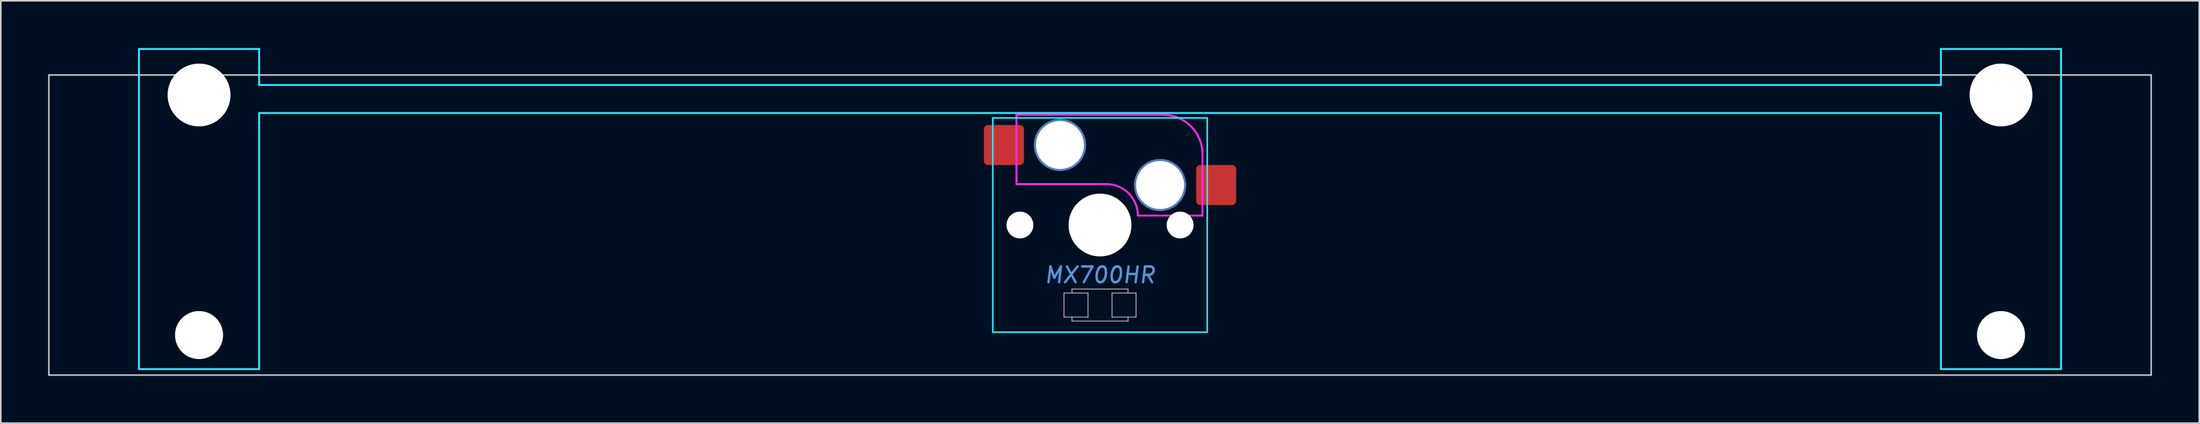
<source format=kicad_pcb>
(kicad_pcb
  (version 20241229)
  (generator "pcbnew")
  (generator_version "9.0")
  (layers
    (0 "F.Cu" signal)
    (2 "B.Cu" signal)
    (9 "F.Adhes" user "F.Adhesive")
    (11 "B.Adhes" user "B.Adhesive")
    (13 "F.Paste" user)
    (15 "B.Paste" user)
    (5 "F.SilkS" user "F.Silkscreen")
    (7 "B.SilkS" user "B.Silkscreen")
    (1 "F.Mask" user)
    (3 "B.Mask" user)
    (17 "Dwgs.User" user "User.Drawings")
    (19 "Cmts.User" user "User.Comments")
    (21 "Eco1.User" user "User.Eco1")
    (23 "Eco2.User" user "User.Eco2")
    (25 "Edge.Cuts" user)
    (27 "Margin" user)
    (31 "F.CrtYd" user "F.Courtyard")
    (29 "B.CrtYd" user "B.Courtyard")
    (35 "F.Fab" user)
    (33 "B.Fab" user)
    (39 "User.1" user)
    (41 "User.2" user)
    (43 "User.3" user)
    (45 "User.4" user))
  (footprint "MX700HR"
    (layer "F.Cu")
    (at 66.725 11.236)
    (property "Reference" "MX700HR" (at 0 3.175 0) (layer "Cmts.User") (effects (font (size 1 1) (thickness 0.15) (italic yes))))
    (attr smd)
    (fp_line (start -66.675 -9.525) (end -66.675 9.525) (stroke (width 0.1) (type solid)) (layer "Dwgs.User"))
    (fp_line (start -66.675 -9.525) (end 66.675 -9.525) (stroke (width 0.1) (type solid)) (layer "Dwgs.User"))
    (fp_line (start -66.675 9.525) (end 66.675 9.525) (stroke (width 0.1) (type solid)) (layer "Dwgs.User"))
    (fp_line (start -2.286 4.318) (end -0.762 4.318) (stroke (width 0.051) (type solid)) (layer "Dwgs.User"))
    (fp_line (start -2.286 5.842) (end -2.286 4.318) (stroke (width 0.051) (type solid)) (layer "Dwgs.User"))
    (fp_line (start -1.778 4.064) (end 1.778 4.064) (stroke (width 0.051) (type solid)) (layer "Dwgs.User"))
    (fp_line (start -1.778 4.318) (end -1.778 4.064) (stroke (width 0.051) (type solid)) (layer "Dwgs.User"))
    (fp_line (start -1.778 6.096) (end -1.778 5.842) (stroke (width 0.051) (type solid)) (layer "Dwgs.User"))
    (fp_line (start -0.762 4.318) (end -0.762 5.842) (stroke (width 0.051) (type solid)) (layer "Dwgs.User"))
    (fp_line (start -0.762 5.842) (end -2.286 5.842) (stroke (width 0.051) (type solid)) (layer "Dwgs.User"))
    (fp_line (start 0.762 4.318) (end 2.286 4.318) (stroke (width 0.051) (type solid)) (layer "Dwgs.User"))
    (fp_line (start 0.762 5.842) (end 0.762 4.318) (stroke (width 0.051) (type solid)) (layer "Dwgs.User"))
    (fp_line (start 1.778 4.064) (end 1.778 4.318) (stroke (width 0.051) (type solid)) (layer "Dwgs.User"))
    (fp_line (start 1.778 5.842) (end 1.778 6.096) (stroke (width 0.051) (type solid)) (layer "Dwgs.User"))
    (fp_line (start 1.778 6.096) (end -1.778 6.096) (stroke (width 0.051) (type solid)) (layer "Dwgs.User"))
    (fp_line (start 2.286 4.318) (end 2.286 5.842) (stroke (width 0.051) (type solid)) (layer "Dwgs.User"))
    (fp_line (start 2.286 5.842) (end 0.762 5.842) (stroke (width 0.051) (type solid)) (layer "Dwgs.User"))
    (fp_line (start 66.675 -9.525) (end 66.675 9.525) (stroke (width 0.1) (type solid)) (layer "Dwgs.User"))
    (fp_line (start -60.65 -8.515) (end -60.65 5.485) (stroke (width 0.1) (type solid)) (layer "Eco1.User"))
    (fp_line (start -60.15 -9.015) (end -54.15 -9.015) (stroke (width 0.1) (type solid)) (layer "Eco1.User"))
    (fp_line (start -54.15 5.985) (end -60.15 5.985) (stroke (width 0.1) (type solid)) (layer "Eco1.User"))
    (fp_line (start -53.65 5.485) (end -53.65 -8.515) (stroke (width 0.1) (type solid)) (layer "Eco1.User"))
    (fp_line (start -7 -6.5) (end -7 6.5) (stroke (width 0.1) (type solid)) (layer "Eco1.User"))
    (fp_line (start -6.5 7) (end 6.5 7) (stroke (width 0.1) (type solid)) (layer "Eco1.User"))
    (fp_line (start 6.5 -7) (end -6.5 -7) (stroke (width 0.1) (type solid)) (layer "Eco1.User"))
    (fp_line (start 7 6.5) (end 7 -6.5) (stroke (width 0.1) (type solid)) (layer "Eco1.User"))
    (fp_line (start 53.65 -8.515) (end 53.65 5.485) (stroke (width 0.1) (type solid)) (layer "Eco1.User"))
    (fp_line (start 54.15 -9.015) (end 60.15 -9.015) (stroke (width 0.1) (type solid)) (layer "Eco1.User"))
    (fp_line (start 60.15 5.985) (end 54.15 5.985) (stroke (width 0.1) (type solid)) (layer "Eco1.User"))
    (fp_line (start 60.65 5.485) (end 60.65 -8.515) (stroke (width 0.1) (type solid)) (layer "Eco1.User"))
    (fp_arc (start -60.65 -8.515) (mid -60.503553 -8.868553) (end -60.15 -9.015) (stroke (width 0.1) (type solid)) (layer "Eco1.User"))
    (fp_arc (start -60.15 5.985) (mid -60.503553 5.838553) (end -60.65 5.485) (stroke (width 0.1) (type solid)) (layer "Eco1.User"))
    (fp_arc (start -54.15 -9.015) (mid -53.796447 -8.868553) (end -53.65 -8.515) (stroke (width 0.1) (type solid)) (layer "Eco1.User"))
    (fp_arc (start -53.65 5.485) (mid -53.796447 5.838553) (end -54.15 5.985) (stroke (width 0.1) (type solid)) (layer "Eco1.User"))
    (fp_arc (start -7 -6.5) (mid -6.853553 -6.853553) (end -6.5 -7) (stroke (width 0.1) (type solid)) (layer "Eco1.User"))
    (fp_arc (start -6.5 7) (mid -6.853553 6.853553) (end -7 6.5) (stroke (width 0.1) (type solid)) (layer "Eco1.User"))
    (fp_arc (start 6.5 -7) (mid 6.853553 -6.853553) (end 7 -6.5) (stroke (width 0.1) (type solid)) (layer "Eco1.User"))
    (fp_arc (start 7 6.5) (mid 6.853553 6.853553) (end 6.5 7) (stroke (width 0.1) (type solid)) (layer "Eco1.User"))
    (fp_arc (start 53.65 -8.515) (mid 53.796447 -8.868553) (end 54.15 -9.015) (stroke (width 0.1) (type solid)) (layer "Eco1.User"))
    (fp_arc (start 54.15 5.985) (mid 53.796447 5.838553) (end 53.65 5.485) (stroke (width 0.1) (type solid)) (layer "Eco1.User"))
    (fp_arc (start 60.15 -9.015) (mid 60.503553 -8.868553) (end 60.65 -8.515) (stroke (width 0.1) (type solid)) (layer "Eco1.User"))
    (fp_arc (start 60.65 5.485) (mid 60.503553 5.838553) (end 60.15 5.985) (stroke (width 0.1) (type solid)) (layer "Eco1.User"))
    (fp_line (start -60.96 -11.176) (end -60.96 9.144) (stroke (width 0.12) (type solid)) (layer "B.CrtYd"))
    (fp_line (start -60.96 -11.176) (end -53.34 -11.176) (stroke (width 0.12) (type solid)) (layer "B.CrtYd"))
    (fp_line (start -60.96 9.144) (end -53.34 9.144) (stroke (width 0.12) (type solid)) (layer "B.CrtYd"))
    (fp_line (start -53.34 -11.176) (end -53.34 -8.89) (stroke (width 0.12) (type solid)) (layer "B.CrtYd"))
    (fp_line (start -53.34 -7.112) (end -53.34 9.144) (stroke (width 0.12) (type solid)) (layer "B.CrtYd"))
    (fp_line (start -6.8 -6.8) (end -6.8 6.8) (stroke (width 0.1) (type solid)) (layer "B.CrtYd"))
    (fp_line (start 6.8 -6.8) (end -6.8 -6.8) (stroke (width 0.1) (type solid)) (layer "B.CrtYd"))
    (fp_line (start 6.8 -6.8) (end 6.8 6.8) (stroke (width 0.1) (type solid)) (layer "B.CrtYd"))
    (fp_line (start 6.8 6.8) (end -6.8 6.8) (stroke (width 0.1) (type solid)) (layer "B.CrtYd"))
    (fp_line (start 53.34 -11.176) (end 53.34 -8.89) (stroke (width 0.12) (type solid)) (layer "B.CrtYd"))
    (fp_line (start 53.34 -8.89) (end -53.34 -8.89) (stroke (width 0.12) (type solid)) (layer "B.CrtYd"))
    (fp_line (start 53.34 -7.112) (end -53.34 -7.112) (stroke (width 0.12) (type solid)) (layer "B.CrtYd"))
    (fp_line (start 53.34 -7.112) (end 53.34 9.144) (stroke (width 0.12) (type solid)) (layer "B.CrtYd"))
    (fp_line (start 60.96 -11.176) (end 53.34 -11.176) (stroke (width 0.12) (type solid)) (layer "B.CrtYd"))
    (fp_line (start 60.96 -11.176) (end 60.96 9.144) (stroke (width 0.12) (type solid)) (layer "B.CrtYd"))
    (fp_line (start 60.96 9.144) (end 53.34 9.144) (stroke (width 0.12) (type solid)) (layer "B.CrtYd"))
    (fp_line (start -5.3 -7) (end -5.3 -2.6) (stroke (width 0.127) (type solid)) (layer "F.CrtYd"))
    (fp_line (start -5.2 -7) (end -5.3 -7) (stroke (width 0.12) (type solid)) (layer "F.CrtYd"))
    (fp_line (start 0.4 -2.6) (end -5.3 -2.6) (stroke (width 0.127) (type solid)) (layer "F.CrtYd"))
    (fp_line (start 4 -7) (end -5.2 -7) (stroke (width 0.12) (type solid)) (layer "F.CrtYd"))
    (fp_line (start 6.5 -4.5) (end 6.5 -0.6) (stroke (width 0.12) (type solid)) (layer "F.CrtYd"))
    (fp_line (start 6.5 -0.6) (end 2.4 -0.6) (stroke (width 0.12) (type solid)) (layer "F.CrtYd"))
    (fp_arc (start 0.4 -2.6) (mid 1.814214 -2.014214) (end 2.4 -0.6) (stroke (width 0.127) (type solid)) (layer "F.CrtYd"))
    (fp_arc (start 4 -7) (mid 5.767767 -6.267767) (end 6.5 -4.5) (stroke (width 0.127) (type solid)) (layer "F.CrtYd"))
    (pad "" np_thru_hole circle (at -57.15 -8.255 180) (size 3.988 3.988) (drill 3.988) (layers "*.Cu" "*.Mask"))
    (pad "" np_thru_hole circle (at -57.15 6.985 180) (size 3.048 3.048) (drill 3.048) (layers "*.Cu" "*.Mask"))
    (pad "" np_thru_hole circle (at -5.08 0) (size 1.702 1.702) (drill 1.702) (layers "*.Cu" "*.Mask"))
    (pad "" np_thru_hole circle (at -2.54 -5.08) (size 3.302 3.302) (drill 3.048) (layers "*.Cu" "*.Mask"))
    (pad "" np_thru_hole circle (at 0 0) (size 3.988 3.988) (drill 3.988) (layers "*.Cu" "*.Mask"))
    (pad "" np_thru_hole circle (at 3.81 -2.54) (size 3.302 3.302) (drill 3.048) (layers "*.Cu" "*.Mask"))
    (pad "" np_thru_hole circle (at 5.08 0) (size 1.702 1.702) (drill 1.702) (layers "*.Cu" "*.Mask"))
    (pad "" np_thru_hole circle (at 57.15 -8.255 180) (size 3.988 3.988) (drill 3.988) (layers "*.Cu" "*.Mask"))
    (pad "" np_thru_hole circle (at 57.15 6.985 180) (size 3.048 3.048) (drill 3.048) (layers "*.Cu" "*.Mask"))
    (pad "1" smd roundrect (at -6.096 -5.08) (size 2.54 2.54) (layers "F.Cu" "F.Mask") (roundrect_rratio 0.1))
    (pad "2" smd roundrect (at 7.366 -2.54) (size 2.54 2.54) (layers "F.Cu" "F.Mask") (roundrect_rratio 0.1)))
  (gr_rect
    (start -3 -3)
    (end 136.45 23.811)
    (stroke (width 0.1) (type default))
    (fill no)
    (layer "Edge.Cuts")))
</source>
